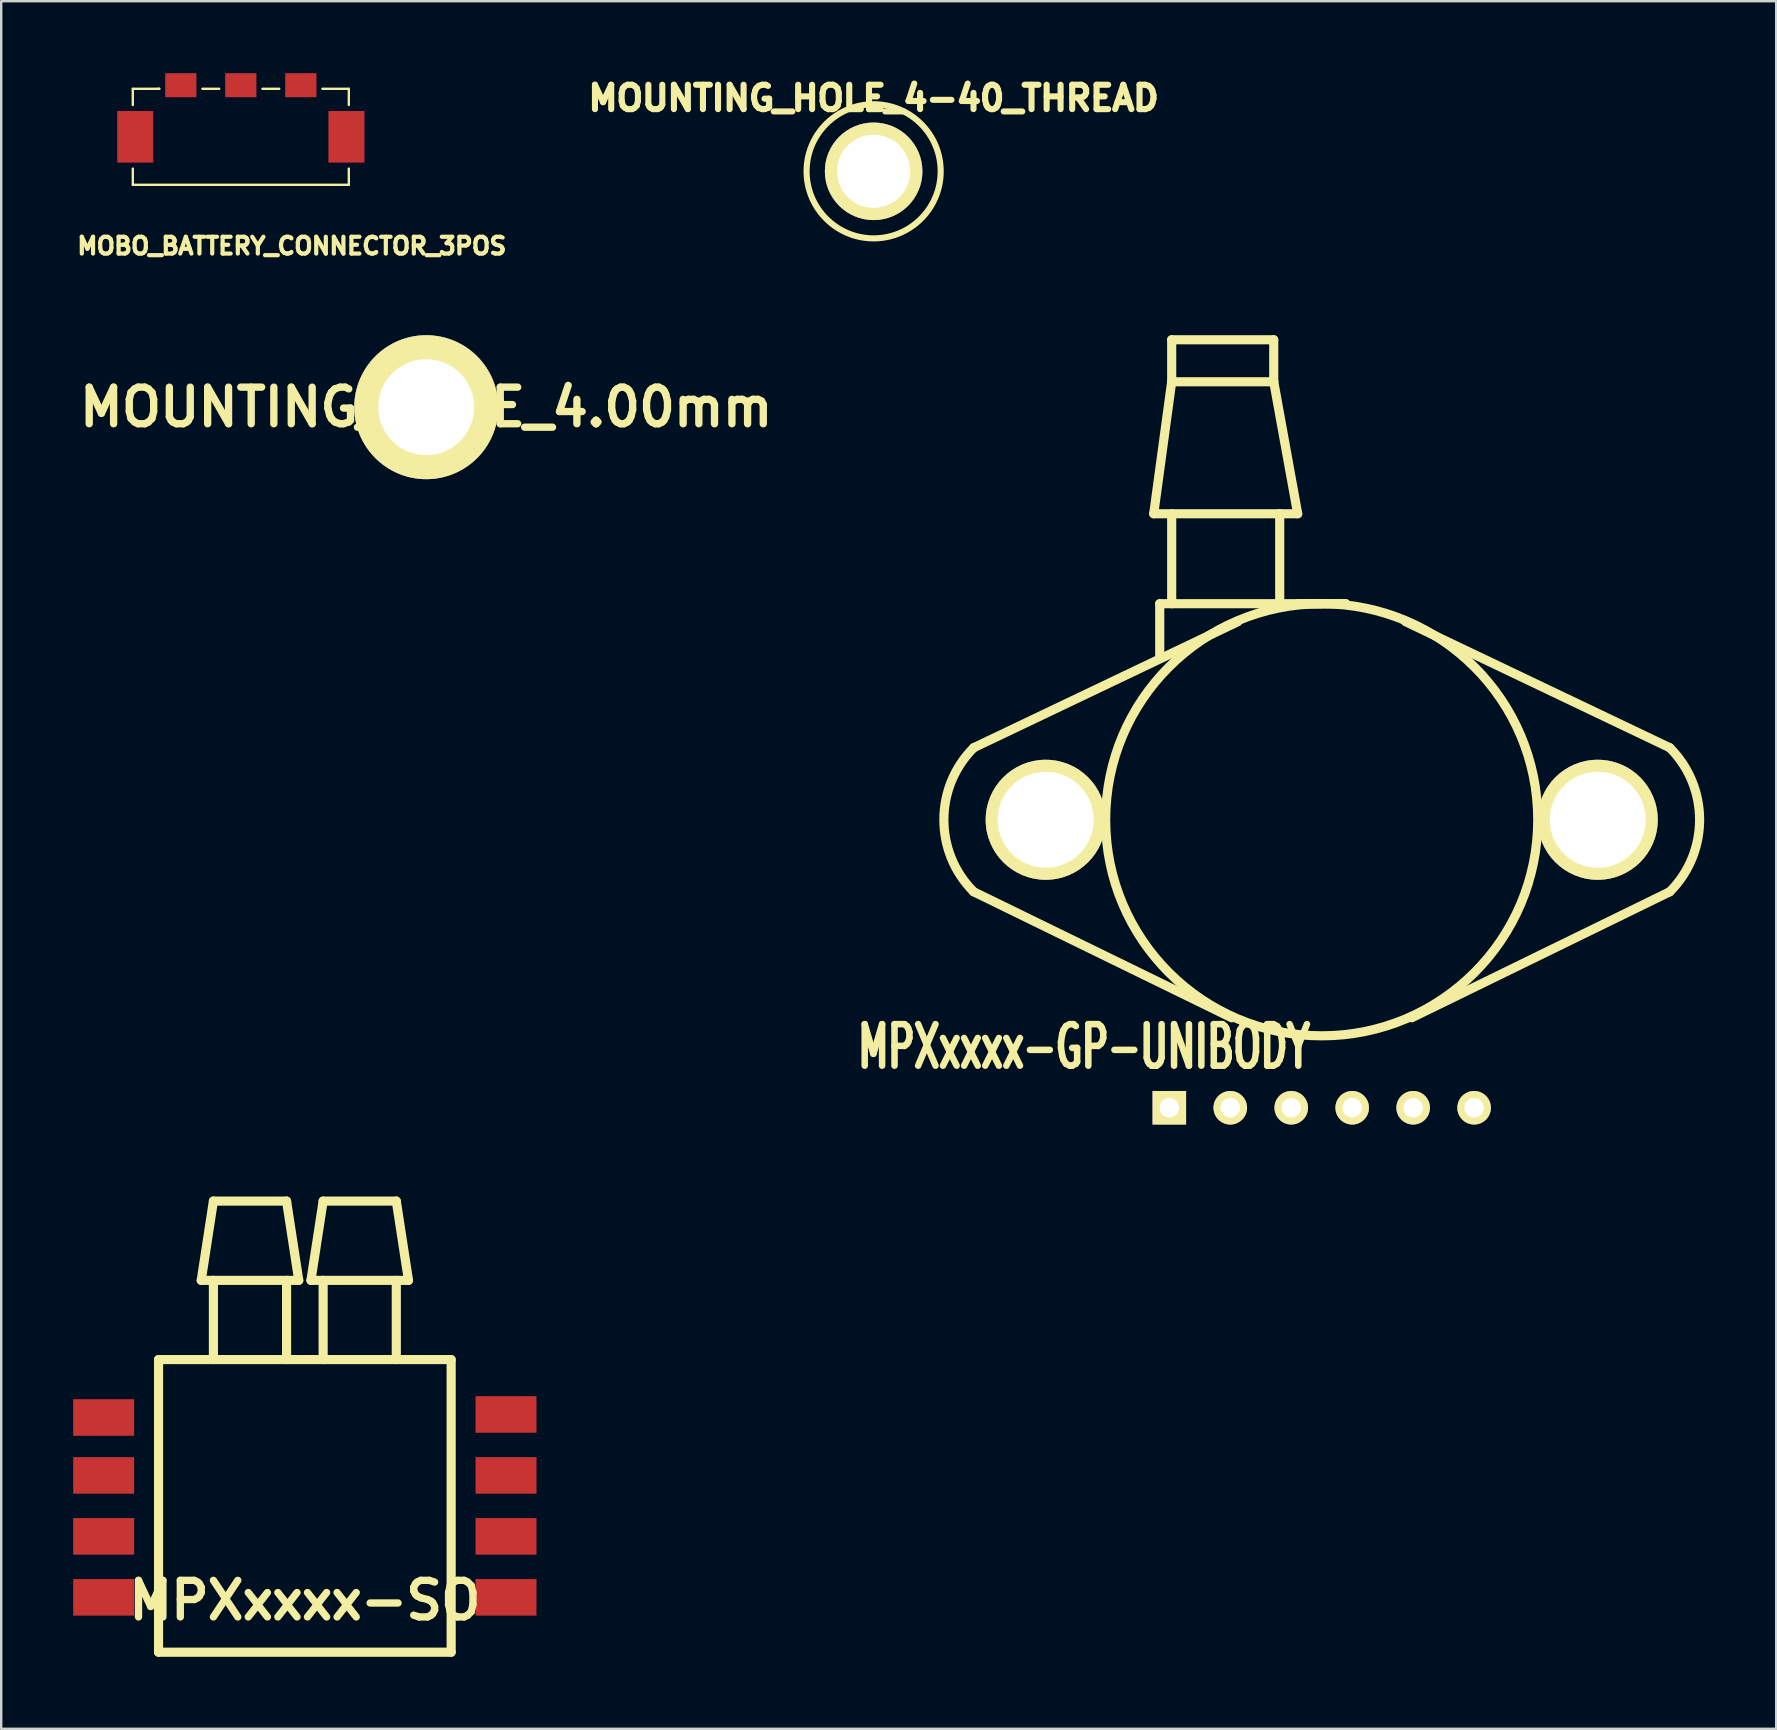
<source format=kicad_pcb>
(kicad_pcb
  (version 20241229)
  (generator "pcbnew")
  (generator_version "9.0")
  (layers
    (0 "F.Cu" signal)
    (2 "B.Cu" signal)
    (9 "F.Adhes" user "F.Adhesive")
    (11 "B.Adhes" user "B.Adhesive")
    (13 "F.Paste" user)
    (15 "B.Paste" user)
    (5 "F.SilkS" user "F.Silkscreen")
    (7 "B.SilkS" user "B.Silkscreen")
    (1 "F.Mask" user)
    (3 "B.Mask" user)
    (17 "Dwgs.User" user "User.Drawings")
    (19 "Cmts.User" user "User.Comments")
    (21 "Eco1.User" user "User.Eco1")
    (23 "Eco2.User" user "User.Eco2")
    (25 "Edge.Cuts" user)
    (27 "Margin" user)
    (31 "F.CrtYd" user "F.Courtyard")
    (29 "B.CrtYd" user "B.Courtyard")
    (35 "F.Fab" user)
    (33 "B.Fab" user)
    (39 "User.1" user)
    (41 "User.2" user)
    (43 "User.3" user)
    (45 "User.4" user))
  (footprint "MPXxxxx-GP-UNIBODY"
    (layer "F.Cu")
    (at 52.021 43.106)
    (property "Reference" "MPXxxxx-GP-UNIBODY" (at -9.906 -2.54 0) (layer "F.SilkS") (effects (font (size 1.73 1.087) (thickness 0.272))))
    (attr through_hole)
    (fp_line (start -14.501 -15.001) (end -3.5 -20.249) (stroke (width 0.381) (type solid)) (layer "F.SilkS"))
    (fp_line (start -14.501 -8.999) (end -3.749 -3.749) (stroke (width 0.381) (type solid)) (layer "F.SilkS"))
    (fp_line (start -7 -24.75) (end -6.251 -30.249) (stroke (width 0.381) (type solid)) (layer "F.SilkS"))
    (fp_line (start -6.749 -21.001) (end -6.749 -18.75) (stroke (width 0.381) (type solid)) (layer "F.SilkS"))
    (fp_line (start -6.251 -31.999) (end -6.251 -30.249) (stroke (width 0.381) (type solid)) (layer "F.SilkS"))
    (fp_line (start -6.251 -30.249) (end -1.999 -30.249) (stroke (width 0.381) (type solid)) (layer "F.SilkS"))
    (fp_line (start -6.251 -21.001) (end -6.251 -24.75) (stroke (width 0.381) (type solid)) (layer "F.SilkS"))
    (fp_line (start -1.999 -31.999) (end -6.251 -31.999) (stroke (width 0.381) (type solid)) (layer "F.SilkS"))
    (fp_line (start -1.999 -30.249) (end -1.999 -31.999) (stroke (width 0.381) (type solid)) (layer "F.SilkS"))
    (fp_line (start -1.999 -30.249) (end -1.001 -24.75) (stroke (width 0.381) (type solid)) (layer "F.SilkS"))
    (fp_line (start -1.75 -24.75) (end -7 -24.75) (stroke (width 0.381) (type solid)) (layer "F.SilkS"))
    (fp_line (start -1.75 -21.001) (end -1.75 -24.75) (stroke (width 0.381) (type solid)) (layer "F.SilkS"))
    (fp_line (start -1.001 -24.75) (end -1.75 -24.75) (stroke (width 0.381) (type solid)) (layer "F.SilkS"))
    (fp_line (start -1.001 -21.001) (end 1.001 -21.001) (stroke (width 0.381) (type solid)) (layer "F.SilkS"))
    (fp_line (start -1.001 -21.001) (end 1.001 -21.001) (stroke (width 0.381) (type solid)) (layer "F.SilkS"))
    (fp_line (start 0 -21.001) (end -6.749 -21.001) (stroke (width 0.381) (type solid)) (layer "F.SilkS"))
    (fp_line (start 14.501 -15.001) (end 3.5 -20.249) (stroke (width 0.381) (type solid)) (layer "F.SilkS"))
    (fp_line (start 14.501 -8.999) (end 3.749 -3.749) (stroke (width 0.381) (type solid)) (layer "F.SilkS"))
    (fp_arc (start -14.50086 -8.99922) (mid -15.743393 -11.99896) (end -14.50086 -14.9987) (stroke (width 0.381) (type solid)) (layer "F.SilkS"))
    (fp_arc (start 14.50086 -15.00124) (mid 15.745189 -12.000756) (end 14.5034 -8.99922) (stroke (width 0.381) (type solid)) (layer "F.SilkS"))
    (fp_circle (center 0 -11.999) (end 0 -21.001) (stroke (width 0.381) (type solid)) (fill no) (layer "F.SilkS"))
    (pad "" thru_hole circle (at -11.501 -11.999) (size 5.001 5.001) (drill 4) (layers "*.Cu" "*.Mask" "F.SilkS"))
    (pad "" thru_hole circle (at 11.501 -11.999) (size 5.001 5.001) (drill 4) (layers "*.Cu" "*.Mask" "F.SilkS"))
    (pad "1" thru_hole rect (at -6.35 0) (size 1.397 1.397) (drill 0.813) (layers "*.Cu" "*.Mask" "F.SilkS"))
    (pad "2" thru_hole circle (at -3.81 0) (size 1.397 1.397) (drill 0.813) (layers "*.Cu" "*.Mask" "F.SilkS"))
    (pad "3" thru_hole circle (at -1.27 0) (size 1.397 1.397) (drill 0.813) (layers "*.Cu" "*.Mask" "F.SilkS"))
    (pad "4" thru_hole circle (at 1.27 0) (size 1.397 1.397) (drill 0.813) (layers "*.Cu" "*.Mask" "F.SilkS"))
    (pad "5" thru_hole circle (at 3.81 0) (size 1.397 1.397) (drill 0.813) (layers "*.Cu" "*.Mask" "F.SilkS"))
    (pad "6" thru_hole circle (at 6.35 0) (size 1.397 1.397) (drill 0.813) (layers "*.Cu" "*.Mask" "F.SilkS")))
  (footprint "MOUNTING_HOLE_4-40_THREAD"
    (layer "F.Cu")
    (at 33.351 4.088)
    (property "Reference" "MOUNTING_HOLE_4-40_THREAD" (at 0 -3.048 0) (layer "F.SilkS") (effects (font (size 1.016 1.016) (thickness 0.254))))
    (attr through_hole)
    (fp_circle (center 0 0) (end 2.794 0) (stroke (width 0.254) (type solid)) (fill no) (layer "F.SilkS"))
    (pad "1" thru_hole circle (at 0 0) (size 4.064 4.064) (drill 3.048) (layers "*.Cu" "*.Mask" "F.SilkS")))
  (footprint "MPXxxxx-SO"
    (layer "F.Cu")
    (at 9.652 59.695)
    (property "Reference" "MPXxxxx-SO" (at 0 3.937 0) (layer "F.SilkS") (effects (font (size 1.524 1.524) (thickness 0.305))))
    (attr through_hole)
    (fp_line (start -6.096 -6.096) (end 6.096 -6.096) (stroke (width 0.381) (type solid)) (layer "F.SilkS"))
    (fp_line (start -6.096 6.096) (end -6.096 -6.096) (stroke (width 0.381) (type solid)) (layer "F.SilkS"))
    (fp_line (start -4.318 -9.398) (end -3.81 -12.7) (stroke (width 0.381) (type solid)) (layer "F.SilkS"))
    (fp_line (start -3.81 -9.398) (end -3.81 -6.096) (stroke (width 0.381) (type solid)) (layer "F.SilkS"))
    (fp_line (start -0.762 -12.7) (end -3.81 -12.7) (stroke (width 0.381) (type solid)) (layer "F.SilkS"))
    (fp_line (start -0.762 -9.398) (end -0.762 -6.096) (stroke (width 0.381) (type solid)) (layer "F.SilkS"))
    (fp_line (start -0.254 -9.398) (end -4.318 -9.398) (stroke (width 0.381) (type solid)) (layer "F.SilkS"))
    (fp_line (start -0.254 -9.398) (end -0.762 -12.7) (stroke (width 0.381) (type solid)) (layer "F.SilkS"))
    (fp_line (start 0.254 -9.398) (end 4.318 -9.398) (stroke (width 0.381) (type solid)) (layer "F.SilkS"))
    (fp_line (start 0.762 -12.7) (end 0.254 -9.398) (stroke (width 0.381) (type solid)) (layer "F.SilkS"))
    (fp_line (start 0.762 -12.7) (end 3.81 -12.7) (stroke (width 0.381) (type solid)) (layer "F.SilkS"))
    (fp_line (start 0.762 -6.096) (end 0.762 -9.398) (stroke (width 0.381) (type solid)) (layer "F.SilkS"))
    (fp_line (start 3.81 -6.096) (end 3.81 -9.398) (stroke (width 0.381) (type solid)) (layer "F.SilkS"))
    (fp_line (start 4.318 -9.398) (end 3.81 -12.7) (stroke (width 0.381) (type solid)) (layer "F.SilkS"))
    (fp_line (start 6.096 -6.096) (end 6.096 6.096) (stroke (width 0.381) (type solid)) (layer "F.SilkS"))
    (fp_line (start 6.096 6.096) (end -6.096 6.096) (stroke (width 0.381) (type solid)) (layer "F.SilkS"))
    (pad "1" smd rect (at -8.382 -3.683) (size 2.54 1.524) (layers "F.Cu" "F.Mask" "F.Paste"))
    (pad "2" smd rect (at -8.382 -1.27) (size 2.54 1.524) (layers "F.Cu" "F.Mask" "F.Paste"))
    (pad "3" smd rect (at -8.382 1.27) (size 2.54 1.524) (layers "F.Cu" "F.Mask" "F.Paste"))
    (pad "4" smd rect (at -8.382 3.81) (size 2.54 1.524) (layers "F.Cu" "F.Mask" "F.Paste"))
    (pad "5" smd rect (at 8.382 3.81) (size 2.54 1.524) (layers "F.Cu" "F.Mask" "F.Paste"))
    (pad "6" smd rect (at 8.382 1.27) (size 2.54 1.524) (layers "F.Cu" "F.Mask" "F.Paste"))
    (pad "7" smd rect (at 8.382 -1.27) (size 2.54 1.524) (layers "F.Cu" "F.Mask" "F.Paste"))
    (pad "8" smd rect (at 8.382 -3.81) (size 2.54 1.524) (layers "F.Cu" "F.Mask" "F.Paste")))
  (footprint "MOUNTING_HOLE_4.00mm"
    (layer "F.Cu")
    (at 14.71 13.916)
    (property "Reference" "MOUNTING_HOLE_4.00mm" (at 0 0 0) (layer "F.SilkS") (effects (font (size 1.524 1.524) (thickness 0.305))))
    (attr through_hole)
    (pad "1" thru_hole circle (at 0 0) (size 5.999 5.999) (drill 4) (layers "*.Cu" "*.Mask" "F.SilkS")))
  (footprint "MOBO_BATTERY_CONNECTOR_3POS"
    (layer "F.Cu")
    (at 6.984 2.65)
    (property "Reference" "MOBO_BATTERY_CONNECTOR_3POS" (at 2.125 4.55 0) (layer "F.SilkS") (effects (font (size 0.7 0.7) (thickness 0.175))))
    (attr through_hole)
    (fp_line (start -4.5 -2) (end -3.4 -2) (stroke (width 0.099) (type solid)) (layer "F.SilkS"))
    (fp_line (start -4.5 -1.325) (end -4.5 -2) (stroke (width 0.099) (type solid)) (layer "F.SilkS"))
    (fp_line (start -4.5 2) (end -4.5 1.325) (stroke (width 0.099) (type solid)) (layer "F.SilkS"))
    (fp_line (start -3.45 -2) (end -3.4 -2) (stroke (width 0.099) (type solid)) (layer "F.SilkS"))
    (fp_line (start -1.6 -2) (end -0.9 -2) (stroke (width 0.099) (type solid)) (layer "F.SilkS"))
    (fp_line (start 0.9 -2) (end 1.6 -2) (stroke (width 0.099) (type solid)) (layer "F.SilkS"))
    (fp_line (start 4.5 -2) (end 3.4 -2) (stroke (width 0.099) (type solid)) (layer "F.SilkS"))
    (fp_line (start 4.5 -2) (end 4.5 -1.325) (stroke (width 0.099) (type solid)) (layer "F.SilkS"))
    (fp_line (start 4.5 2) (end -4.5 2) (stroke (width 0.099) (type solid)) (layer "F.SilkS"))
    (fp_line (start 4.5 2) (end 4.5 1.325) (stroke (width 0.099) (type solid)) (layer "F.SilkS"))
    (pad "" smd rect (at -4.4 0) (size 1.5 2.15) (layers "F.Cu" "F.Mask" "F.Paste"))
    (pad "" smd rect (at 4.4 0) (size 1.5 2.15) (layers "F.Cu" "F.Mask" "F.Paste"))
    (pad "1" smd rect (at -2.5 -2.15) (size 1.3 1) (layers "F.Cu" "F.Mask" "F.Paste"))
    (pad "2" smd rect (at 0 -2.15) (size 1.3 1) (layers "F.Cu" "F.Mask" "F.Paste"))
    (pad "3" smd rect (at 2.5 -2.15) (size 1.3 1) (layers "F.Cu" "F.Mask" "F.Paste")))
  (gr_rect
    (start -3 -3)
    (end 70.957 68.982)
    (stroke (width 0.1) (type default))
    (fill no)
    (layer "Edge.Cuts")))
</source>
